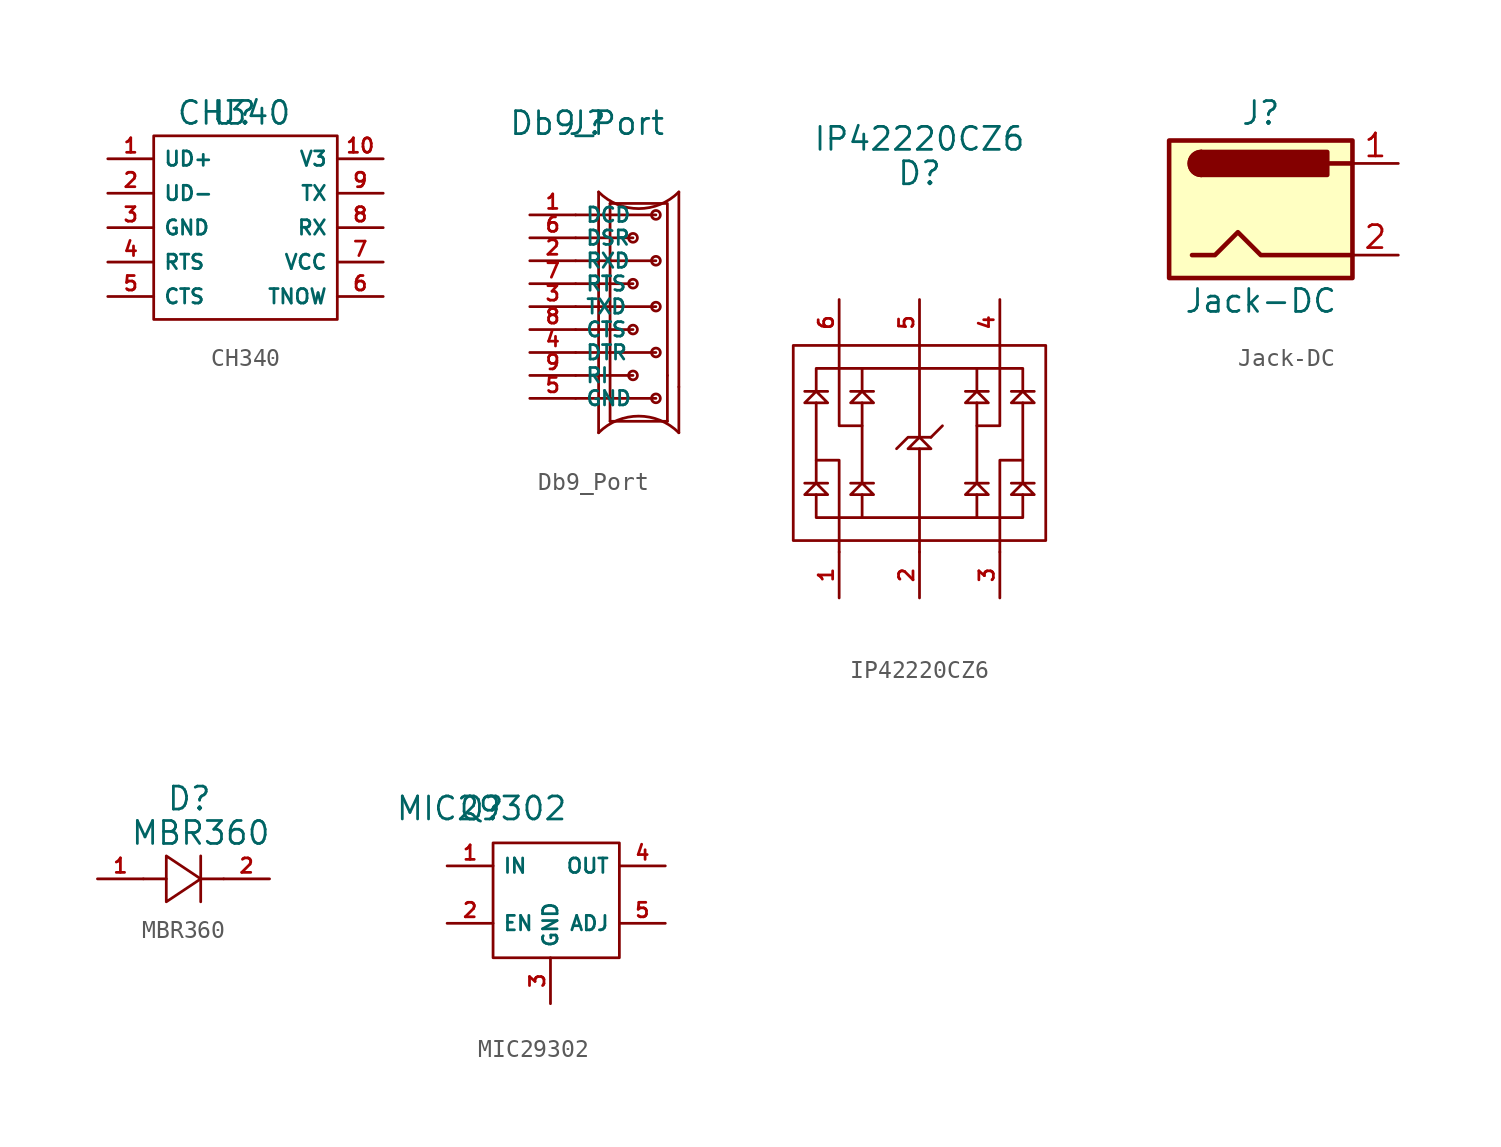
<source format=kicad_sym>
(kicad_symbol_lib
  (version 20211014)
  (generator kicad_symbol_editor)
  (symbol "CH340"
    (property "Reference" "U"
      (at 0 10.16 0)
      (effects (font (size 1.27 1.27))))
    (property "Value" "CH340"
      (at 0 10.16 0)
      (effects (font (size 1.27 1.27))))
    (symbol "CH340_0_1"
      (rectangle (start -4.445 8.89) (end 5.715 -1.27) (stroke (width 0) (type default) (color 0 0 0 0)) (fill (type none))))
    (symbol "CH340_1_1"
      (pin input line (at -6.985 7.62 0) (length 2.54) (name "UD+" (effects (font (size 0.8 0.8)))) (number "1" (effects (font (size 0.8 0.8)))))
      (pin passive line (at 8.255 7.62 180) (length 2.54) (name "V3" (effects (font (size 0.8 0.8)))) (number "10" (effects (font (size 0.8 0.8)))))
      (pin input line (at -6.985 5.715 0) (length 2.54) (name "UD-" (effects (font (size 0.8 0.8)))) (number "2" (effects (font (size 0.8 0.8)))))
      (pin power_in line (at -6.985 3.81 0) (length 2.54) (name "GND" (effects (font (size 0.8 0.8)))) (number "3" (effects (font (size 0.8 0.8)))))
      (pin input line (at -6.985 1.905 0) (length 2.54) (name "RTS" (effects (font (size 0.8 0.8)))) (number "4" (effects (font (size 0.8 0.8)))))
      (pin input line (at -6.985 0 0) (length 2.54) (name "CTS" (effects (font (size 0.8 0.8)))) (number "5" (effects (font (size 0.8 0.8)))))
      (pin output line (at 8.255 0 180) (length 2.54) (name "TNOW" (effects (font (size 0.8 0.8)))) (number "6" (effects (font (size 0.8 0.8)))))
      (pin power_in line (at 8.255 1.905 180) (length 2.54) (name "VCC" (effects (font (size 0.8 0.8)))) (number "7" (effects (font (size 0.8 0.8)))))
      (pin input line (at 8.255 3.81 180) (length 2.54) (name "RX" (effects (font (size 0.8 0.8)))) (number "8" (effects (font (size 0.8 0.8)))))
      (pin output line (at 8.255 5.715 180) (length 2.54) (name "TX" (effects (font (size 0.8 0.8)))) (number "9" (effects (font (size 0.8 0.8)))))))
  (symbol "Db9_Port"
    (property "Reference" "J"
      (at -0.635 14.605 0)
      (effects (font (size 1.27 1.27))))
    (property "Value" "Db9_Port"
      (at -0.635 14.605 0)
      (effects (font (size 1.27 1.27))))
    (symbol "Db9_Port_0_1"
      (polyline (pts (xy 0 -0.635) (xy 0 -2.54)) (stroke (width 0) (type default) (color 0 0 0 0)) (fill (type none)))
      (polyline (pts (xy 0 10.795) (xy 0 -0.635)) (stroke (width 0) (type default) (color 0 0 0 0)) (fill (type none)))
      (polyline (pts (xy 0.635 10.16) (xy 0.635 -1.905)) (stroke (width 0) (type default) (color 0 0 0 0)) (fill (type none)))
      (polyline (pts (xy 1.905 0.635) (xy -1.27 0.635)) (stroke (width 0) (type default) (color 0 0 0 0)) (fill (type none)))
      (polyline (pts (xy 1.905 3.175) (xy -1.27 3.175)) (stroke (width 0) (type default) (color 0 0 0 0)) (fill (type none)))
      (polyline (pts (xy 1.905 5.715) (xy -1.27 5.715)) (stroke (width 0) (type default) (color 0 0 0 0)) (fill (type none)))
      (polyline (pts (xy 1.905 8.255) (xy -1.27 8.255)) (stroke (width 0) (type default) (color 0 0 0 0)) (fill (type none)))
      (polyline (pts (xy 3.175 -0.635) (xy -1.27 -0.635)) (stroke (width 0) (type default) (color 0 0 0 0)) (fill (type none)))
      (polyline (pts (xy 3.175 1.905) (xy -1.27 1.905)) (stroke (width 0) (type default) (color 0 0 0 0)) (fill (type none)))
      (polyline (pts (xy 3.175 4.445) (xy -1.27 4.445)) (stroke (width 0) (type default) (color 0 0 0 0)) (fill (type none)))
      (polyline (pts (xy 3.175 6.985) (xy -1.27 6.985)) (stroke (width 0) (type default) (color 0 0 0 0)) (fill (type none)))
      (polyline (pts (xy 3.175 9.525) (xy -1.27 9.525)) (stroke (width 0) (type default) (color 0 0 0 0)) (fill (type none)))
      (polyline (pts (xy 3.81 -1.905) (xy 0.635 -1.905)) (stroke (width 0) (type default) (color 0 0 0 0)) (fill (type none)))
      (polyline (pts (xy 3.81 0.635) (xy 3.81 -1.905)) (stroke (width 0) (type default) (color 0 0 0 0)) (fill (type none)))
      (polyline (pts (xy 4.445 0) (xy 4.445 -2.54)) (stroke (width 0) (type default) (color 0 0 0 0)) (fill (type none)))
      (polyline (pts (xy 4.445 10.795) (xy 4.445 0)) (stroke (width 0) (type default) (color 0 0 0 0)) (fill (type none)))
      (polyline (pts (xy 0.635 10.16) (xy 3.81 10.16) (xy 3.81 0.635)) (stroke (width 0) (type default) (color 0 0 0 0)) (fill (type none)))
      (arc (start 0 10.795) (mid 2.2225 5.4294) (end 4.445 10.795) (stroke (width 0) (type default) (color 0 0 0 0)) (fill (type none)))
      (circle (center 1.905 0.635) (radius 0.244) (stroke (width 0) (type default) (color 0 0 0 0)) (fill (type none)))
      (circle (center 1.905 3.175) (radius 0.244) (stroke (width 0) (type default) (color 0 0 0 0)) (fill (type none)))
      (circle (center 1.905 5.715) (radius 0.244) (stroke (width 0) (type default) (color 0 0 0 0)) (fill (type none)))
      (circle (center 1.905 8.255) (radius 0.244) (stroke (width 0) (type default) (color 0 0 0 0)) (fill (type none)))
      (circle (center 3.175 -0.635) (radius 0.244) (stroke (width 0) (type default) (color 0 0 0 0)) (fill (type none)))
      (circle (center 3.175 1.905) (radius 0.244) (stroke (width 0) (type default) (color 0 0 0 0)) (fill (type none)))
      (circle (center 3.175 4.445) (radius 0.244) (stroke (width 0) (type default) (color 0 0 0 0)) (fill (type none)))
      (circle (center 3.175 6.985) (radius 0.244) (stroke (width 0) (type default) (color 0 0 0 0)) (fill (type none)))
      (circle (center 3.175 9.525) (radius 0.244) (stroke (width 0) (type default) (color 0 0 0 0)) (fill (type none)))
      (arc (start 4.445 -2.54) (mid 2.2225 2.8256) (end 0 -2.54) (stroke (width 0) (type default) (color 0 0 0 0)) (fill (type none))))
    (symbol "Db9_Port_1_1"
      (pin passive line (at -3.81 9.525 0) (length 2.54) (name "DCD" (effects (font (size 0.8 0.8)))) (number "1" (effects (font (size 0.8 0.8)))))
      (pin input line (at -3.81 6.985 0) (length 2.54) (name "RXD" (effects (font (size 0.8 0.8)))) (number "2" (effects (font (size 0.8 0.8)))))
      (pin output line (at -3.81 4.445 0) (length 2.54) (name "TXD" (effects (font (size 0.8 0.8)))) (number "3" (effects (font (size 0.8 0.8)))))
      (pin output line (at -3.81 1.905 0) (length 2.54) (name "DTR" (effects (font (size 0.8 0.8)))) (number "4" (effects (font (size 0.8 0.8)))))
      (pin power_in line (at -3.81 -0.635 0) (length 2.54) (name "GND" (effects (font (size 0.8 0.8)))) (number "5" (effects (font (size 0.8 0.8)))))
      (pin passive line (at -3.81 8.255 0) (length 2.54) (name "DSR" (effects (font (size 0.8 0.8)))) (number "6" (effects (font (size 0.8 0.8)))))
      (pin passive line (at -3.81 5.715 0) (length 2.54) (name "RTS" (effects (font (size 0.8 0.8)))) (number "7" (effects (font (size 0.8 0.8)))))
      (pin output line (at -3.81 3.175 0) (length 2.54) (name "CTS" (effects (font (size 0.8 0.8)))) (number "8" (effects (font (size 0.8 0.8)))))
      (pin output line (at -3.81 0.635 0) (length 2.54) (name "RI" (effects (font (size 0.8 0.8)))) (number "9" (effects (font (size 0.8 0.8)))))))
  (symbol "IP42220CZ6"
    (property "Reference" "D"
      (at -0.635 19.685 0)
      (effects (font (size 1.27 1.27))))
    (property "Value" "IP42220CZ6"
      (at -0.635 21.59 0)
      (effects (font (size 1.27 1.27))))
    (symbol "IP42220CZ6_0_1"
      (rectangle (start -7.62 10.16) (end 6.35 -0.635) (stroke (width 0) (type default) (color 0 0 0 0)) (fill (type none)))
      (polyline (pts (xy -6.35 2.54) (xy -6.35 6.985)) (stroke (width 0) (type default) (color 0 0 0 0)) (fill (type none)))
      (polyline (pts (xy -3.81 6.985) (xy -3.81 2.54)) (stroke (width 0) (type default) (color 0 0 0 0)) (fill (type none)))
      (polyline (pts (xy -0.635 0.635) (xy -0.635 -1.27)) (stroke (width 0) (type default) (color 0 0 0 0)) (fill (type none)))
      (polyline (pts (xy -0.635 4.445) (xy -0.635 0.635)) (stroke (width 0) (type default) (color 0 0 0 0)) (fill (type none)))
      (polyline (pts (xy -0.635 5.08) (xy -0.635 8.89)) (stroke (width 0) (type default) (color 0 0 0 0)) (fill (type none)))
      (polyline (pts (xy -0.635 8.89) (xy -0.635 10.16)) (stroke (width 0) (type default) (color 0 0 0 0)) (fill (type none)))
      (polyline (pts (xy 0 5.08) (xy 0.635 5.715)) (stroke (width 0) (type default) (color 0 0 0 0)) (fill (type none)))
      (polyline (pts (xy 2.54 2.54) (xy 2.54 6.985)) (stroke (width 0) (type default) (color 0 0 0 0)) (fill (type none)))
      (polyline (pts (xy 5.08 6.985) (xy 5.08 2.54)) (stroke (width 0) (type default) (color 0 0 0 0)) (fill (type none)))
      (polyline (pts (xy -6.35 3.81) (xy -5.08 3.81) (xy -5.08 -1.27)) (stroke (width 0) (type default) (color 0 0 0 0)) (fill (type none)))
      (polyline (pts (xy -3.81 0.635) (xy 2.54 0.635) (xy 2.54 1.905)) (stroke (width 0) (type default) (color 0 0 0 0)) (fill (type none)))
      (polyline (pts (xy -3.81 5.715) (xy -5.08 5.715) (xy -5.08 10.16)) (stroke (width 0) (type default) (color 0 0 0 0)) (fill (type none)))
      (polyline (pts (xy -3.81 8.89) (xy -6.35 8.89) (xy -6.35 7.62)) (stroke (width 0) (type default) (color 0 0 0 0)) (fill (type none)))
      (polyline (pts (xy 0 5.08) (xy -1.27 5.08) (xy -1.905 4.445)) (stroke (width 0) (type default) (color 0 0 0 0)) (fill (type none)))
      (polyline (pts (xy 2.54 0.635) (xy 5.08 0.635) (xy 5.08 1.905)) (stroke (width 0) (type default) (color 0 0 0 0)) (fill (type none)))
      (polyline (pts (xy 2.54 5.715) (xy 3.81 5.715) (xy 3.81 10.16)) (stroke (width 0) (type default) (color 0 0 0 0)) (fill (type none)))
      (polyline (pts (xy 2.54 8.89) (xy -3.81 8.89) (xy -3.81 7.62)) (stroke (width 0) (type default) (color 0 0 0 0)) (fill (type none)))
      (polyline (pts (xy 5.08 3.81) (xy 3.81 3.81) (xy 3.81 -1.27)) (stroke (width 0) (type default) (color 0 0 0 0)) (fill (type none)))
      (polyline (pts (xy -6.35 1.905) (xy -6.35 0.635) (xy -3.81 0.635) (xy -3.81 1.905)) (stroke (width 0) (type default) (color 0 0 0 0)) (fill (type none)))
      (polyline (pts (xy -0.635 5.08) (xy 0 4.445) (xy -1.27 4.445) (xy -0.635 5.08)) (stroke (width 0) (type default) (color 0 0 0 0)) (fill (type none)))
      (polyline (pts (xy 5.08 7.62) (xy 5.08 8.89) (xy 2.54 8.89) (xy 2.54 7.62)) (stroke (width 0) (type default) (color 0 0 0 0)) (fill (type none)))
      (polyline (pts (xy -6.35 2.54) (xy -6.985 1.905) (xy -5.715 1.905) (xy -6.35 2.54) (xy -6.985 2.54) (xy -5.715 2.54)) (stroke (width 0) (type default) (color 0 0 0 0)) (fill (type none)))
      (polyline (pts (xy -6.35 7.62) (xy -6.985 6.985) (xy -5.715 6.985) (xy -6.35 7.62) (xy -6.985 7.62) (xy -5.715 7.62)) (stroke (width 0) (type default) (color 0 0 0 0)) (fill (type none)))
      (polyline (pts (xy -3.81 2.54) (xy -4.445 1.905) (xy -3.175 1.905) (xy -3.81 2.54) (xy -4.445 2.54) (xy -3.175 2.54)) (stroke (width 0) (type default) (color 0 0 0 0)) (fill (type none)))
      (polyline (pts (xy -3.81 7.62) (xy -4.445 6.985) (xy -3.175 6.985) (xy -3.81 7.62) (xy -4.445 7.62) (xy -3.175 7.62)) (stroke (width 0) (type default) (color 0 0 0 0)) (fill (type none)))
      (polyline (pts (xy 2.54 2.54) (xy 1.905 1.905) (xy 3.175 1.905) (xy 2.54 2.54) (xy 1.905 2.54) (xy 3.175 2.54)) (stroke (width 0) (type default) (color 0 0 0 0)) (fill (type none)))
      (polyline (pts (xy 2.54 7.62) (xy 1.905 6.985) (xy 3.175 6.985) (xy 2.54 7.62) (xy 1.905 7.62) (xy 3.175 7.62)) (stroke (width 0) (type default) (color 0 0 0 0)) (fill (type none)))
      (polyline (pts (xy 5.08 2.54) (xy 4.445 1.905) (xy 5.715 1.905) (xy 5.08 2.54) (xy 4.445 2.54) (xy 5.715 2.54)) (stroke (width 0) (type default) (color 0 0 0 0)) (fill (type none)))
      (polyline (pts (xy 5.08 7.62) (xy 4.445 6.985) (xy 5.715 6.985) (xy 5.08 7.62) (xy 4.445 7.62) (xy 5.715 7.62)) (stroke (width 0) (type default) (color 0 0 0 0)) (fill (type none))))
    (symbol "IP42220CZ6_1_1"
      (pin passive line (at -5.08 -3.81 90) (length 2.54) (name "" (effects (font (size 0.8 0.8)))) (number "1" (effects (font (size 0.8 0.8)))))
      (pin passive line (at -0.635 -3.81 90) (length 2.54) (name "" (effects (font (size 0.8 0.8)))) (number "2" (effects (font (size 0.8 0.8)))))
      (pin passive line (at 3.81 -3.81 90) (length 2.54) (name "" (effects (font (size 0.8 0.8)))) (number "3" (effects (font (size 0.8 0.8)))))
      (pin passive line (at 3.81 12.7 270) (length 2.54) (name "" (effects (font (size 0.8 0.8)))) (number "4" (effects (font (size 0.8 0.8)))))
      (pin passive line (at -0.635 12.7 270) (length 2.54) (name "" (effects (font (size 0.8 0.8)))) (number "5" (effects (font (size 0.8 0.8)))))
      (pin passive line (at -5.08 12.7 270) (length 2.54) (name "" (effects (font (size 0.8 0.8)))) (number "6" (effects (font (size 0.8 0.8)))))))
  (symbol "Jack-DC"
    (pin_names
      (offset 1.016))
    (property "Reference" "J"
      (at 0 5.334 0)
      (effects (font (size 1.27 1.27))))
    (property "Value" "Jack-DC"
      (at 0 -5.08 0)
      (effects (font (size 1.27 1.27))))
    (symbol "Jack-DC_0_1"
      (rectangle (start -5.08 3.81) (end 5.08 -3.81) (stroke (width 0.254) (type default) (color 0 0 0 0)) (fill (type background)))
      (arc (start -3.302 3.175) (mid -3.937 2.54) (end -3.302 1.905) (stroke (width 0.254) (type default) (color 0 0 0 0)) (fill (type none)))
      (arc (start -3.302 3.175) (mid -3.937 2.54) (end -3.302 1.905) (stroke (width 0.254) (type default) (color 0 0 0 0)) (fill (type outline)))
      (polyline (pts (xy 5.08 2.54) (xy 3.81 2.54)) (stroke (width 0.254) (type default) (color 0 0 0 0)) (fill (type none)))
      (polyline (pts (xy -3.81 -2.54) (xy -2.54 -2.54) (xy -1.27 -1.27) (xy 0 -2.54) (xy 2.54 -2.54) (xy 5.08 -2.54)) (stroke (width 0.254) (type default) (color 0 0 0 0)) (fill (type none)))
      (rectangle (start 3.683 3.175) (end -3.302 1.905) (stroke (width 0.254) (type default) (color 0 0 0 0)) (fill (type outline))))
    (symbol "Jack-DC_1_1"
      (pin passive line (at 7.62 2.54 180) (length 2.54) (name "~" (effects (font (size 1.27 1.27)))) (number "1" (effects (font (size 1.27 1.27)))))
      (pin passive line (at 7.62 -2.54 180) (length 2.54) (name "~" (effects (font (size 1.27 1.27)))) (number "2" (effects (font (size 1.27 1.27)))))))
  (symbol "MBR360"
    (property "Reference" "D"
      (at -0.635 4.445 0)
      (effects (font (size 1.27 1.27))))
    (property "Value" "MBR360"
      (at 0 2.54 0)
      (effects (font (size 1.27 1.27))))
    (symbol "MBR360_0_1"
      (polyline (pts (xy -1.905 0) (xy -3.175 0)) (stroke (width 0) (type default) (color 0 0 0 0)) (fill (type none)))
      (polyline (pts (xy 0 0) (xy 1.27 0)) (stroke (width 0) (type default) (color 0 0 0 0)) (fill (type none)))
      (polyline (pts (xy 0 1.27) (xy 0 -1.27)) (stroke (width 0) (type default) (color 0 0 0 0)) (fill (type none)))
      (polyline (pts (xy -1.905 1.27) (xy -1.905 -1.27) (xy 0 0) (xy -1.905 1.27)) (stroke (width 0) (type default) (color 0 0 0 0)) (fill (type none))))
    (symbol "MBR360_1_1"
      (pin passive line (at -5.715 0 0) (length 2.54) (name "" (effects (font (size 0.8 0.8)))) (number "1" (effects (font (size 0.8 0.8)))))
      (pin passive line (at 3.81 0 180) (length 2.54) (name "" (effects (font (size 0.8 0.8)))) (number "2" (effects (font (size 0.8 0.8)))))))
  (symbol "MIC29302"
    (property "Reference" "Q"
      (at -0.635 8.255 0)
      (effects (font (size 1.27 1.27))))
    (property "Value" "MIC29302"
      (at -0.635 8.255 0)
      (effects (font (size 1.27 1.27))))
    (symbol "MIC29302_0_1"
      (rectangle (start 0 6.35) (end 6.985 0) (stroke (width 0) (type default) (color 0 0 0 0)) (fill (type none))))
    (symbol "MIC29302_1_1"
      (pin power_in line (at -2.54 5.08 0) (length 2.54) (name "IN" (effects (font (size 0.8 0.8)))) (number "1" (effects (font (size 0.8 0.8)))))
      (pin input line (at -2.54 1.905 0) (length 2.54) (name "EN" (effects (font (size 0.8 0.8)))) (number "2" (effects (font (size 0.8 0.8)))))
      (pin power_in line (at 3.175 -2.54 90) (length 2.54) (name "GND" (effects (font (size 0.8 0.8)))) (number "3" (effects (font (size 0.8 0.8)))))
      (pin input line (at 9.525 5.08 180) (length 2.54) (name "OUT" (effects (font (size 0.8 0.8)))) (number "4" (effects (font (size 0.8 0.8)))))
      (pin input line (at 9.525 1.905 180) (length 2.54) (name "ADJ" (effects (font (size 0.8 0.8)))) (number "5" (effects (font (size 0.8 0.8))))))))
</source>
